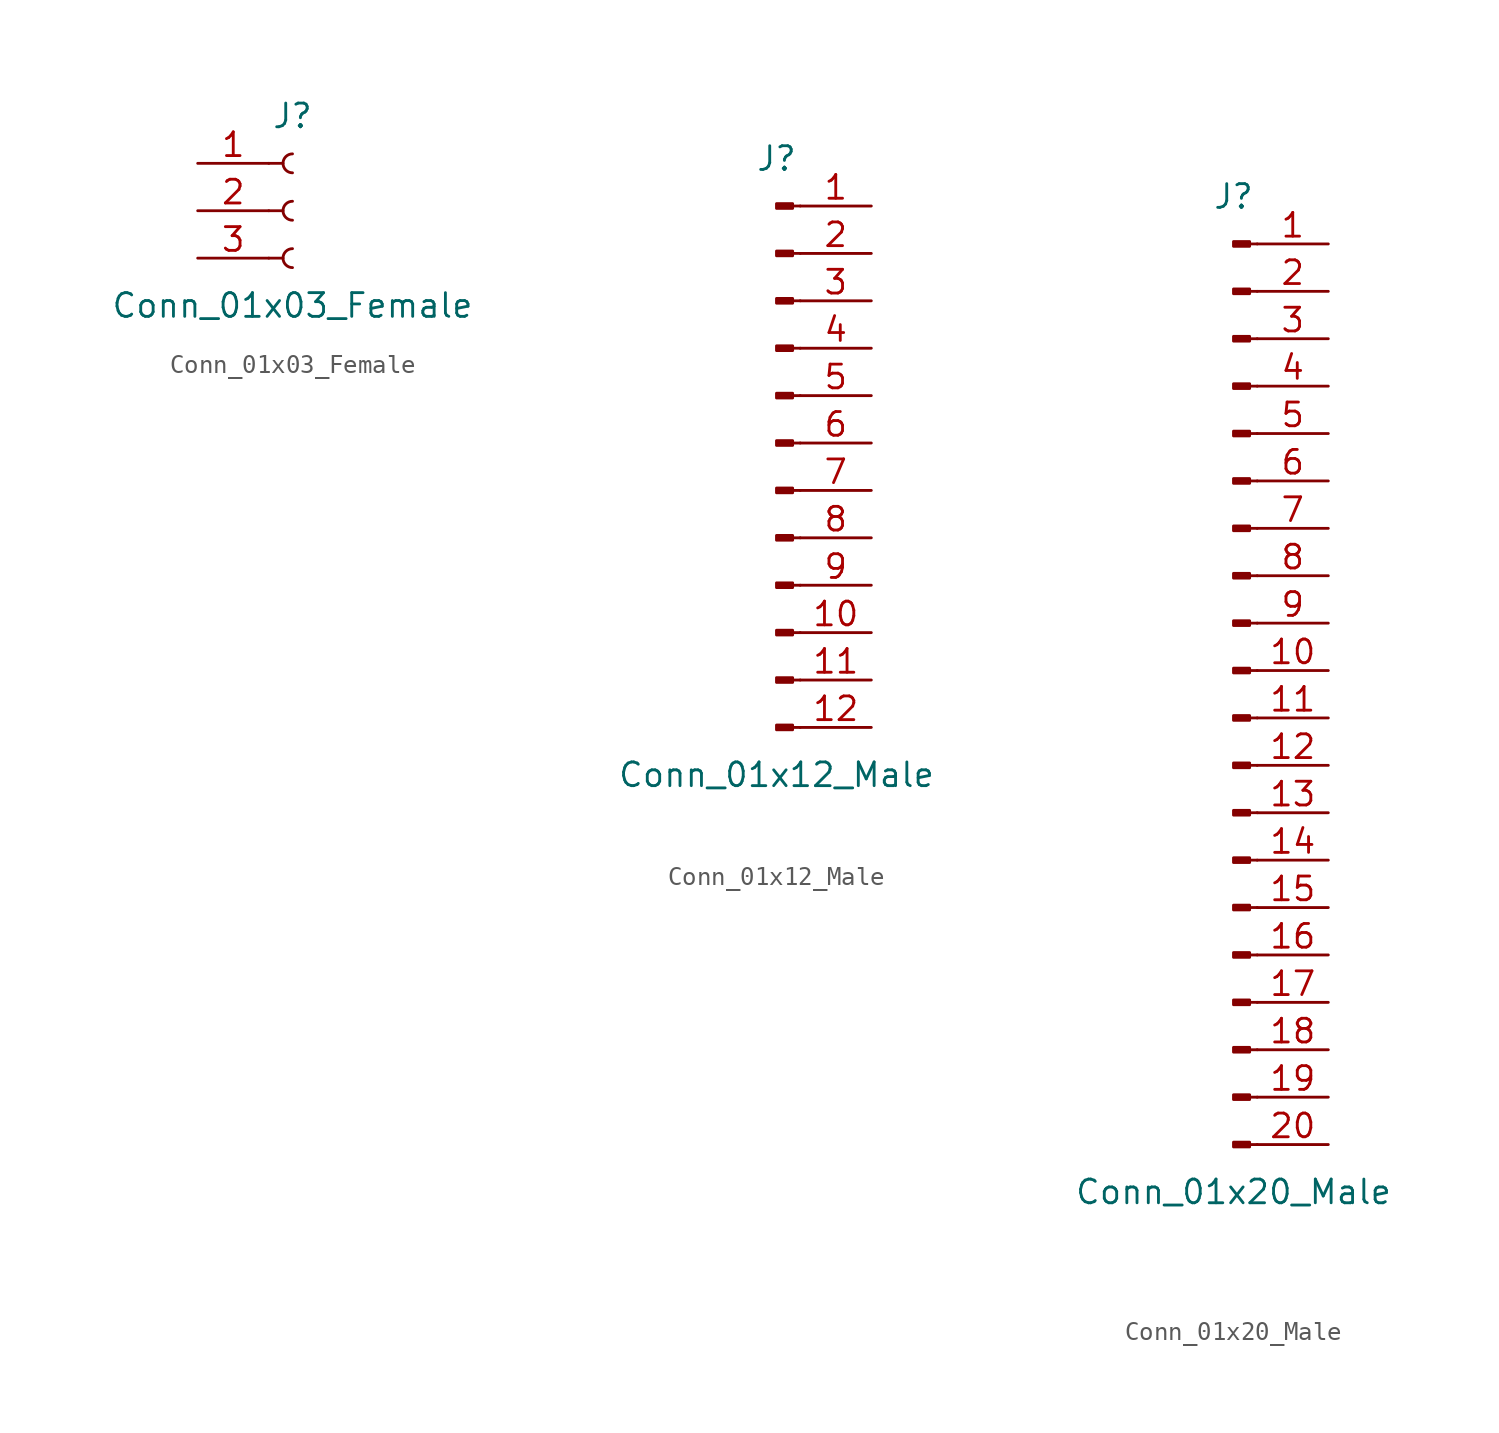
<source format=kicad_sym>
(kicad_symbol_lib
  (version 20211014)
  (generator kicad_symbol_editor)
  (symbol "Conn_01x03_Female"
    (pin_names
      (offset 1.016) hide)
    (property "Reference" "J"
      (at 0 5.08 0)
      (effects (font (size 1.27 1.27))))
    (property "Value" "Conn_01x03_Female"
      (at 0 -5.08 0)
      (effects (font (size 1.27 1.27))))
    (symbol "Conn_01x03_Female_1_1"
      (arc (start 0 -2.032) (mid -0.508 -2.54) (end 0 -3.048) (stroke (width 0.1524) (type default) (color 0 0 0 0)) (fill (type none)))
      (polyline (pts (xy -1.27 -2.54) (xy -0.508 -2.54)) (stroke (width 0.152) (type default) (color 0 0 0 0)) (fill (type none)))
      (polyline (pts (xy -1.27 0) (xy -0.508 0)) (stroke (width 0.152) (type default) (color 0 0 0 0)) (fill (type none)))
      (polyline (pts (xy -1.27 2.54) (xy -0.508 2.54)) (stroke (width 0.152) (type default) (color 0 0 0 0)) (fill (type none)))
      (arc (start 0 0.508) (mid -0.508 0) (end 0 -0.508) (stroke (width 0.1524) (type default) (color 0 0 0 0)) (fill (type none)))
      (arc (start 0 3.048) (mid -0.508 2.54) (end 0 2.032) (stroke (width 0.1524) (type default) (color 0 0 0 0)) (fill (type none)))
      (pin passive line (at -5.08 2.54 0) (length 3.81) (name "Pin_1" (effects (font (size 1.27 1.27)))) (number "1" (effects (font (size 1.27 1.27)))))
      (pin passive line (at -5.08 0 0) (length 3.81) (name "Pin_2" (effects (font (size 1.27 1.27)))) (number "2" (effects (font (size 1.27 1.27)))))
      (pin passive line (at -5.08 -2.54 0) (length 3.81) (name "Pin_3" (effects (font (size 1.27 1.27)))) (number "3" (effects (font (size 1.27 1.27)))))))
  (symbol "Conn_01x12_Male"
    (pin_names
      (offset 1.016) hide)
    (property "Reference" "J"
      (at 0 15.24 0)
      (effects (font (size 1.27 1.27))))
    (property "Value" "Conn_01x12_Male"
      (at 0 -17.78 0)
      (effects (font (size 1.27 1.27))))
    (symbol "Conn_01x12_Male_1_1"
      (polyline (pts (xy 1.27 -15.24) (xy 0.864 -15.24)) (stroke (width 0.152) (type default) (color 0 0 0 0)) (fill (type none)))
      (polyline (pts (xy 1.27 -12.7) (xy 0.864 -12.7)) (stroke (width 0.152) (type default) (color 0 0 0 0)) (fill (type none)))
      (polyline (pts (xy 1.27 -10.16) (xy 0.864 -10.16)) (stroke (width 0.152) (type default) (color 0 0 0 0)) (fill (type none)))
      (polyline (pts (xy 1.27 -7.62) (xy 0.864 -7.62)) (stroke (width 0.152) (type default) (color 0 0 0 0)) (fill (type none)))
      (polyline (pts (xy 1.27 -5.08) (xy 0.864 -5.08)) (stroke (width 0.152) (type default) (color 0 0 0 0)) (fill (type none)))
      (polyline (pts (xy 1.27 -2.54) (xy 0.864 -2.54)) (stroke (width 0.152) (type default) (color 0 0 0 0)) (fill (type none)))
      (polyline (pts (xy 1.27 0) (xy 0.864 0)) (stroke (width 0.152) (type default) (color 0 0 0 0)) (fill (type none)))
      (polyline (pts (xy 1.27 2.54) (xy 0.864 2.54)) (stroke (width 0.152) (type default) (color 0 0 0 0)) (fill (type none)))
      (polyline (pts (xy 1.27 5.08) (xy 0.864 5.08)) (stroke (width 0.152) (type default) (color 0 0 0 0)) (fill (type none)))
      (polyline (pts (xy 1.27 7.62) (xy 0.864 7.62)) (stroke (width 0.152) (type default) (color 0 0 0 0)) (fill (type none)))
      (polyline (pts (xy 1.27 10.16) (xy 0.864 10.16)) (stroke (width 0.152) (type default) (color 0 0 0 0)) (fill (type none)))
      (polyline (pts (xy 1.27 12.7) (xy 0.864 12.7)) (stroke (width 0.152) (type default) (color 0 0 0 0)) (fill (type none)))
      (rectangle (start 0.864 -15.113) (end 0 -15.367) (stroke (width 0.152) (type default) (color 0 0 0 0)) (fill (type outline)))
      (rectangle (start 0.864 -12.573) (end 0 -12.827) (stroke (width 0.152) (type default) (color 0 0 0 0)) (fill (type outline)))
      (rectangle (start 0.864 -10.033) (end 0 -10.287) (stroke (width 0.152) (type default) (color 0 0 0 0)) (fill (type outline)))
      (rectangle (start 0.864 -7.493) (end 0 -7.747) (stroke (width 0.152) (type default) (color 0 0 0 0)) (fill (type outline)))
      (rectangle (start 0.864 -4.953) (end 0 -5.207) (stroke (width 0.152) (type default) (color 0 0 0 0)) (fill (type outline)))
      (rectangle (start 0.864 -2.413) (end 0 -2.667) (stroke (width 0.152) (type default) (color 0 0 0 0)) (fill (type outline)))
      (rectangle (start 0.864 0.127) (end 0 -0.127) (stroke (width 0.152) (type default) (color 0 0 0 0)) (fill (type outline)))
      (rectangle (start 0.864 2.667) (end 0 2.413) (stroke (width 0.152) (type default) (color 0 0 0 0)) (fill (type outline)))
      (rectangle (start 0.864 5.207) (end 0 4.953) (stroke (width 0.152) (type default) (color 0 0 0 0)) (fill (type outline)))
      (rectangle (start 0.864 7.747) (end 0 7.493) (stroke (width 0.152) (type default) (color 0 0 0 0)) (fill (type outline)))
      (rectangle (start 0.864 10.287) (end 0 10.033) (stroke (width 0.152) (type default) (color 0 0 0 0)) (fill (type outline)))
      (rectangle (start 0.864 12.827) (end 0 12.573) (stroke (width 0.152) (type default) (color 0 0 0 0)) (fill (type outline)))
      (pin passive line (at 5.08 12.7 180) (length 3.81) (name "Pin_1" (effects (font (size 1.27 1.27)))) (number "1" (effects (font (size 1.27 1.27)))))
      (pin passive line (at 5.08 -10.16 180) (length 3.81) (name "Pin_10" (effects (font (size 1.27 1.27)))) (number "10" (effects (font (size 1.27 1.27)))))
      (pin passive line (at 5.08 -12.7 180) (length 3.81) (name "Pin_11" (effects (font (size 1.27 1.27)))) (number "11" (effects (font (size 1.27 1.27)))))
      (pin passive line (at 5.08 -15.24 180) (length 3.81) (name "Pin_12" (effects (font (size 1.27 1.27)))) (number "12" (effects (font (size 1.27 1.27)))))
      (pin passive line (at 5.08 10.16 180) (length 3.81) (name "Pin_2" (effects (font (size 1.27 1.27)))) (number "2" (effects (font (size 1.27 1.27)))))
      (pin passive line (at 5.08 7.62 180) (length 3.81) (name "Pin_3" (effects (font (size 1.27 1.27)))) (number "3" (effects (font (size 1.27 1.27)))))
      (pin passive line (at 5.08 5.08 180) (length 3.81) (name "Pin_4" (effects (font (size 1.27 1.27)))) (number "4" (effects (font (size 1.27 1.27)))))
      (pin passive line (at 5.08 2.54 180) (length 3.81) (name "Pin_5" (effects (font (size 1.27 1.27)))) (number "5" (effects (font (size 1.27 1.27)))))
      (pin passive line (at 5.08 0 180) (length 3.81) (name "Pin_6" (effects (font (size 1.27 1.27)))) (number "6" (effects (font (size 1.27 1.27)))))
      (pin passive line (at 5.08 -2.54 180) (length 3.81) (name "Pin_7" (effects (font (size 1.27 1.27)))) (number "7" (effects (font (size 1.27 1.27)))))
      (pin passive line (at 5.08 -5.08 180) (length 3.81) (name "Pin_8" (effects (font (size 1.27 1.27)))) (number "8" (effects (font (size 1.27 1.27)))))
      (pin passive line (at 5.08 -7.62 180) (length 3.81) (name "Pin_9" (effects (font (size 1.27 1.27)))) (number "9" (effects (font (size 1.27 1.27)))))))
  (symbol "Conn_01x20_Male"
    (pin_names
      (offset 1.016) hide)
    (property "Reference" "J"
      (at 0 25.4 0)
      (effects (font (size 1.27 1.27))))
    (property "Value" "Conn_01x20_Male"
      (at 0 -27.94 0)
      (effects (font (size 1.27 1.27))))
    (symbol "Conn_01x20_Male_1_1"
      (polyline (pts (xy 1.27 -25.4) (xy 0.864 -25.4)) (stroke (width 0.152) (type default) (color 0 0 0 0)) (fill (type none)))
      (polyline (pts (xy 1.27 -22.86) (xy 0.864 -22.86)) (stroke (width 0.152) (type default) (color 0 0 0 0)) (fill (type none)))
      (polyline (pts (xy 1.27 -20.32) (xy 0.864 -20.32)) (stroke (width 0.152) (type default) (color 0 0 0 0)) (fill (type none)))
      (polyline (pts (xy 1.27 -17.78) (xy 0.864 -17.78)) (stroke (width 0.152) (type default) (color 0 0 0 0)) (fill (type none)))
      (polyline (pts (xy 1.27 -15.24) (xy 0.864 -15.24)) (stroke (width 0.152) (type default) (color 0 0 0 0)) (fill (type none)))
      (polyline (pts (xy 1.27 -12.7) (xy 0.864 -12.7)) (stroke (width 0.152) (type default) (color 0 0 0 0)) (fill (type none)))
      (polyline (pts (xy 1.27 -10.16) (xy 0.864 -10.16)) (stroke (width 0.152) (type default) (color 0 0 0 0)) (fill (type none)))
      (polyline (pts (xy 1.27 -7.62) (xy 0.864 -7.62)) (stroke (width 0.152) (type default) (color 0 0 0 0)) (fill (type none)))
      (polyline (pts (xy 1.27 -5.08) (xy 0.864 -5.08)) (stroke (width 0.152) (type default) (color 0 0 0 0)) (fill (type none)))
      (polyline (pts (xy 1.27 -2.54) (xy 0.864 -2.54)) (stroke (width 0.152) (type default) (color 0 0 0 0)) (fill (type none)))
      (polyline (pts (xy 1.27 0) (xy 0.864 0)) (stroke (width 0.152) (type default) (color 0 0 0 0)) (fill (type none)))
      (polyline (pts (xy 1.27 2.54) (xy 0.864 2.54)) (stroke (width 0.152) (type default) (color 0 0 0 0)) (fill (type none)))
      (polyline (pts (xy 1.27 5.08) (xy 0.864 5.08)) (stroke (width 0.152) (type default) (color 0 0 0 0)) (fill (type none)))
      (polyline (pts (xy 1.27 7.62) (xy 0.864 7.62)) (stroke (width 0.152) (type default) (color 0 0 0 0)) (fill (type none)))
      (polyline (pts (xy 1.27 10.16) (xy 0.864 10.16)) (stroke (width 0.152) (type default) (color 0 0 0 0)) (fill (type none)))
      (polyline (pts (xy 1.27 12.7) (xy 0.864 12.7)) (stroke (width 0.152) (type default) (color 0 0 0 0)) (fill (type none)))
      (polyline (pts (xy 1.27 15.24) (xy 0.864 15.24)) (stroke (width 0.152) (type default) (color 0 0 0 0)) (fill (type none)))
      (polyline (pts (xy 1.27 17.78) (xy 0.864 17.78)) (stroke (width 0.152) (type default) (color 0 0 0 0)) (fill (type none)))
      (polyline (pts (xy 1.27 20.32) (xy 0.864 20.32)) (stroke (width 0.152) (type default) (color 0 0 0 0)) (fill (type none)))
      (polyline (pts (xy 1.27 22.86) (xy 0.864 22.86)) (stroke (width 0.152) (type default) (color 0 0 0 0)) (fill (type none)))
      (rectangle (start 0.864 -25.273) (end 0 -25.527) (stroke (width 0.152) (type default) (color 0 0 0 0)) (fill (type outline)))
      (rectangle (start 0.864 -22.733) (end 0 -22.987) (stroke (width 0.152) (type default) (color 0 0 0 0)) (fill (type outline)))
      (rectangle (start 0.864 -20.193) (end 0 -20.447) (stroke (width 0.152) (type default) (color 0 0 0 0)) (fill (type outline)))
      (rectangle (start 0.864 -17.653) (end 0 -17.907) (stroke (width 0.152) (type default) (color 0 0 0 0)) (fill (type outline)))
      (rectangle (start 0.864 -15.113) (end 0 -15.367) (stroke (width 0.152) (type default) (color 0 0 0 0)) (fill (type outline)))
      (rectangle (start 0.864 -12.573) (end 0 -12.827) (stroke (width 0.152) (type default) (color 0 0 0 0)) (fill (type outline)))
      (rectangle (start 0.864 -10.033) (end 0 -10.287) (stroke (width 0.152) (type default) (color 0 0 0 0)) (fill (type outline)))
      (rectangle (start 0.864 -7.493) (end 0 -7.747) (stroke (width 0.152) (type default) (color 0 0 0 0)) (fill (type outline)))
      (rectangle (start 0.864 -4.953) (end 0 -5.207) (stroke (width 0.152) (type default) (color 0 0 0 0)) (fill (type outline)))
      (rectangle (start 0.864 -2.413) (end 0 -2.667) (stroke (width 0.152) (type default) (color 0 0 0 0)) (fill (type outline)))
      (rectangle (start 0.864 0.127) (end 0 -0.127) (stroke (width 0.152) (type default) (color 0 0 0 0)) (fill (type outline)))
      (rectangle (start 0.864 2.667) (end 0 2.413) (stroke (width 0.152) (type default) (color 0 0 0 0)) (fill (type outline)))
      (rectangle (start 0.864 5.207) (end 0 4.953) (stroke (width 0.152) (type default) (color 0 0 0 0)) (fill (type outline)))
      (rectangle (start 0.864 7.747) (end 0 7.493) (stroke (width 0.152) (type default) (color 0 0 0 0)) (fill (type outline)))
      (rectangle (start 0.864 10.287) (end 0 10.033) (stroke (width 0.152) (type default) (color 0 0 0 0)) (fill (type outline)))
      (rectangle (start 0.864 12.827) (end 0 12.573) (stroke (width 0.152) (type default) (color 0 0 0 0)) (fill (type outline)))
      (rectangle (start 0.864 15.367) (end 0 15.113) (stroke (width 0.152) (type default) (color 0 0 0 0)) (fill (type outline)))
      (rectangle (start 0.864 17.907) (end 0 17.653) (stroke (width 0.152) (type default) (color 0 0 0 0)) (fill (type outline)))
      (rectangle (start 0.864 20.447) (end 0 20.193) (stroke (width 0.152) (type default) (color 0 0 0 0)) (fill (type outline)))
      (rectangle (start 0.864 22.987) (end 0 22.733) (stroke (width 0.152) (type default) (color 0 0 0 0)) (fill (type outline)))
      (pin passive line (at 5.08 22.86 180) (length 3.81) (name "Pin_1" (effects (font (size 1.27 1.27)))) (number "1" (effects (font (size 1.27 1.27)))))
      (pin passive line (at 5.08 0 180) (length 3.81) (name "Pin_10" (effects (font (size 1.27 1.27)))) (number "10" (effects (font (size 1.27 1.27)))))
      (pin passive line (at 5.08 -2.54 180) (length 3.81) (name "Pin_11" (effects (font (size 1.27 1.27)))) (number "11" (effects (font (size 1.27 1.27)))))
      (pin passive line (at 5.08 -5.08 180) (length 3.81) (name "Pin_12" (effects (font (size 1.27 1.27)))) (number "12" (effects (font (size 1.27 1.27)))))
      (pin passive line (at 5.08 -7.62 180) (length 3.81) (name "Pin_13" (effects (font (size 1.27 1.27)))) (number "13" (effects (font (size 1.27 1.27)))))
      (pin passive line (at 5.08 -10.16 180) (length 3.81) (name "Pin_14" (effects (font (size 1.27 1.27)))) (number "14" (effects (font (size 1.27 1.27)))))
      (pin passive line (at 5.08 -12.7 180) (length 3.81) (name "Pin_15" (effects (font (size 1.27 1.27)))) (number "15" (effects (font (size 1.27 1.27)))))
      (pin passive line (at 5.08 -15.24 180) (length 3.81) (name "Pin_16" (effects (font (size 1.27 1.27)))) (number "16" (effects (font (size 1.27 1.27)))))
      (pin passive line (at 5.08 -17.78 180) (length 3.81) (name "Pin_17" (effects (font (size 1.27 1.27)))) (number "17" (effects (font (size 1.27 1.27)))))
      (pin passive line (at 5.08 -20.32 180) (length 3.81) (name "Pin_18" (effects (font (size 1.27 1.27)))) (number "18" (effects (font (size 1.27 1.27)))))
      (pin passive line (at 5.08 -22.86 180) (length 3.81) (name "Pin_19" (effects (font (size 1.27 1.27)))) (number "19" (effects (font (size 1.27 1.27)))))
      (pin passive line (at 5.08 20.32 180) (length 3.81) (name "Pin_2" (effects (font (size 1.27 1.27)))) (number "2" (effects (font (size 1.27 1.27)))))
      (pin passive line (at 5.08 -25.4 180) (length 3.81) (name "Pin_20" (effects (font (size 1.27 1.27)))) (number "20" (effects (font (size 1.27 1.27)))))
      (pin passive line (at 5.08 17.78 180) (length 3.81) (name "Pin_3" (effects (font (size 1.27 1.27)))) (number "3" (effects (font (size 1.27 1.27)))))
      (pin passive line (at 5.08 15.24 180) (length 3.81) (name "Pin_4" (effects (font (size 1.27 1.27)))) (number "4" (effects (font (size 1.27 1.27)))))
      (pin passive line (at 5.08 12.7 180) (length 3.81) (name "Pin_5" (effects (font (size 1.27 1.27)))) (number "5" (effects (font (size 1.27 1.27)))))
      (pin passive line (at 5.08 10.16 180) (length 3.81) (name "Pin_6" (effects (font (size 1.27 1.27)))) (number "6" (effects (font (size 1.27 1.27)))))
      (pin passive line (at 5.08 7.62 180) (length 3.81) (name "Pin_7" (effects (font (size 1.27 1.27)))) (number "7" (effects (font (size 1.27 1.27)))))
      (pin passive line (at 5.08 5.08 180) (length 3.81) (name "Pin_8" (effects (font (size 1.27 1.27)))) (number "8" (effects (font (size 1.27 1.27)))))
      (pin passive line (at 5.08 2.54 180) (length 3.81) (name "Pin_9" (effects (font (size 1.27 1.27)))) (number "9" (effects (font (size 1.27 1.27))))))))
</source>
